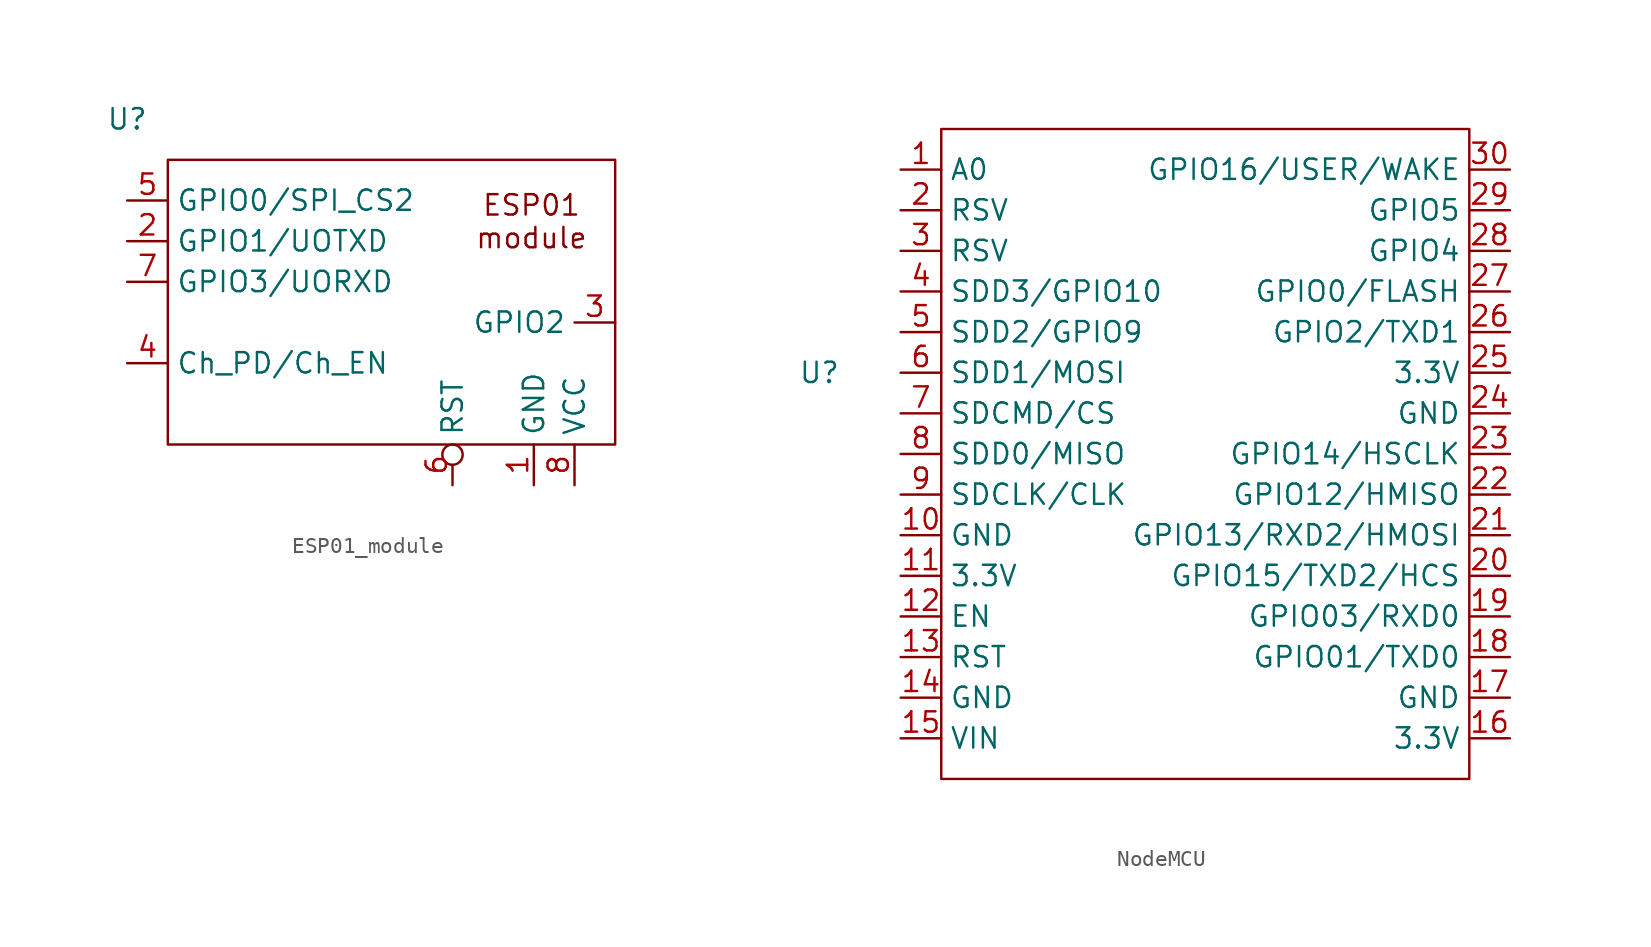
<source format=kicad_sym>
(kicad_symbol_lib
  (version 20220914)
  (generator kicad_symbol_editor)
  (symbol "ESP01_module"
    (property "Reference" "U"
      (at -2.54 2.54 0)
      (effects (font (size 1.27 1.27))))
    (property "Value" ""
      (at 0 0 0)
      (effects (font (size 1.27 1.27))))
    (symbol "ESP01_module_0_1"
      (rectangle (start 0 0) (end 27.94 -17.78) (stroke (width 0) (type default)) (fill (type none)))
      (text "ESP01\nmodule" (at 22.711 -3.857 0) (effects (font (size 1.27 1.27)))))
    (symbol "ESP01_module_1_1"
      (pin power_in line (at 22.86 -20.32 90) (length 2.54) (name "GND" (effects (font (size 1.27 1.27)))) (number "1" (effects (font (size 1.27 1.27)))))
      (pin bidirectional line (at -2.54 -5.08 0) (length 2.54) (name "GPIO1/UOTXD" (effects (font (size 1.27 1.27)))) (number "2" (effects (font (size 1.27 1.27)))))
      (pin bidirectional line (at 27.94 -10.16 180) (length 2.54) (name "GPIO2" (effects (font (size 1.27 1.27)))) (number "3" (effects (font (size 1.27 1.27)))))
      (pin input line (at -2.54 -12.7 0) (length 2.54) (name "Ch_PD/Ch_EN" (effects (font (size 1.27 1.27)))) (number "4" (effects (font (size 1.27 1.27)))))
      (pin bidirectional line (at -2.54 -2.54 0) (length 2.54) (name "GPIO0/SPI_CS2" (effects (font (size 1.27 1.27)))) (number "5" (effects (font (size 1.27 1.27)))))
      (pin input inverted (at 17.78 -20.32 90) (length 2.54) (name "RST" (effects (font (size 1.27 1.27)))) (number "6" (effects (font (size 1.27 1.27)))))
      (pin bidirectional line (at -2.54 -7.62 0) (length 2.54) (name "GPIO3/UORXD" (effects (font (size 1.27 1.27)))) (number "7" (effects (font (size 1.27 1.27)))))
      (pin power_in line (at 25.4 -20.32 90) (length 2.54) (name "VCC" (effects (font (size 1.27 1.27)))) (number "8" (effects (font (size 1.27 1.27)))))))
  (symbol "NodeMCU"
    (property "Reference" "U"
      (at -15.24 5.08 0)
      (effects (font (size 1.27 1.27))))
    (property "Value" ""
      (at -5.08 2.54 0)
      (effects (font (size 1.27 1.27))))
    (symbol "NodeMCU_0_1"
      (polyline (pts (xy -7.62 -20.32) (xy -7.62 -20.32) (xy 25.4 -20.32) (xy 25.4 20.32) (xy -7.62 20.32) (xy -7.62 -20.32)) (stroke (width 0) (type default)) (fill (type none))))
    (symbol "NodeMCU_1_1"
      (pin input line (at -10.16 17.78 0) (length 2.54) (name "A0" (effects (font (size 1.27 1.27)))) (number "1" (effects (font (size 1.27 1.27)))))
      (pin power_in line (at -10.16 -5.08 0) (length 2.54) (name "GND" (effects (font (size 1.27 1.27)))) (number "10" (effects (font (size 1.27 1.27)))) (alternate "POWER" input line))
      (pin power_in line (at -10.16 -7.62 0) (length 2.54) (name "3.3V" (effects (font (size 1.27 1.27)))) (number "11" (effects (font (size 1.27 1.27)))))
      (pin input line (at -10.16 -10.16 0) (length 2.54) (name "EN" (effects (font (size 1.27 1.27)))) (number "12" (effects (font (size 1.27 1.27)))))
      (pin input line (at -10.16 -12.7 0) (length 2.54) (name "RST" (effects (font (size 1.27 1.27)))) (number "13" (effects (font (size 1.27 1.27)))))
      (pin power_in line (at -10.16 -15.24 0) (length 2.54) (name "GND" (effects (font (size 1.27 1.27)))) (number "14" (effects (font (size 1.27 1.27)))))
      (pin power_in line (at -10.16 -17.78 0) (length 2.54) (name "VIN" (effects (font (size 1.27 1.27)))) (number "15" (effects (font (size 1.27 1.27)))))
      (pin power_in line (at 27.94 -17.78 180) (length 2.54) (name "3.3V" (effects (font (size 1.27 1.27)))) (number "16" (effects (font (size 1.27 1.27)))))
      (pin power_in line (at 27.94 -15.24 180) (length 2.54) (name "GND" (effects (font (size 1.27 1.27)))) (number "17" (effects (font (size 1.27 1.27)))))
      (pin bidirectional line (at 27.94 -12.7 180) (length 2.54) (name "GPIO01/TXD0" (effects (font (size 1.27 1.27)))) (number "18" (effects (font (size 1.27 1.27)))))
      (pin bidirectional line (at 27.94 -10.16 180) (length 2.54) (name "GPIO03/RXD0" (effects (font (size 1.27 1.27)))) (number "19" (effects (font (size 1.27 1.27)))))
      (pin input line (at -10.16 15.24 0) (length 2.54) (name "RSV" (effects (font (size 1.27 1.27)))) (number "2" (effects (font (size 1.27 1.27)))))
      (pin bidirectional line (at 27.94 -7.62 180) (length 2.54) (name "GPIO15/TXD2/HCS" (effects (font (size 1.27 1.27)))) (number "20" (effects (font (size 1.27 1.27)))))
      (pin bidirectional line (at 27.94 -5.08 180) (length 2.54) (name "GPIO13/RXD2/HMOSI" (effects (font (size 1.27 1.27)))) (number "21" (effects (font (size 1.27 1.27)))))
      (pin bidirectional line (at 27.94 -2.54 180) (length 2.54) (name "GPIO12/HMISO" (effects (font (size 1.27 1.27)))) (number "22" (effects (font (size 1.27 1.27)))))
      (pin bidirectional line (at 27.94 0 180) (length 2.54) (name "GPIO14/HSCLK" (effects (font (size 1.27 1.27)))) (number "23" (effects (font (size 1.27 1.27)))))
      (pin power_in line (at 27.94 2.54 180) (length 2.54) (name "GND" (effects (font (size 1.27 1.27)))) (number "24" (effects (font (size 1.27 1.27)))))
      (pin power_in line (at 27.94 5.08 180) (length 2.54) (name "3.3V" (effects (font (size 1.27 1.27)))) (number "25" (effects (font (size 1.27 1.27)))))
      (pin bidirectional line (at 27.94 7.62 180) (length 2.54) (name "GPIO2/TXD1" (effects (font (size 1.27 1.27)))) (number "26" (effects (font (size 1.27 1.27)))))
      (pin bidirectional line (at 27.94 10.16 180) (length 2.54) (name "GPIO0/FLASH" (effects (font (size 1.27 1.27)))) (number "27" (effects (font (size 1.27 1.27)))))
      (pin bidirectional line (at 27.94 12.7 180) (length 2.54) (name "GPIO4" (effects (font (size 1.27 1.27)))) (number "28" (effects (font (size 1.27 1.27)))))
      (pin bidirectional line (at 27.94 15.24 180) (length 2.54) (name "GPIO5" (effects (font (size 1.27 1.27)))) (number "29" (effects (font (size 1.27 1.27)))))
      (pin input line (at -10.16 12.7 0) (length 2.54) (name "RSV" (effects (font (size 1.27 1.27)))) (number "3" (effects (font (size 1.27 1.27)))))
      (pin bidirectional line (at 27.94 17.78 180) (length 2.54) (name "GPIO16/USER/WAKE" (effects (font (size 1.27 1.27)))) (number "30" (effects (font (size 1.27 1.27)))))
      (pin bidirectional line (at -10.16 10.16 0) (length 2.54) (name "SDD3/GPIO10" (effects (font (size 1.27 1.27)))) (number "4" (effects (font (size 1.27 1.27)))))
      (pin bidirectional line (at -10.16 7.62 0) (length 2.54) (name "SDD2/GPIO9" (effects (font (size 1.27 1.27)))) (number "5" (effects (font (size 1.27 1.27)))))
      (pin bidirectional line (at -10.16 5.08 0) (length 2.54) (name "SDD1/MOSI" (effects (font (size 1.27 1.27)))) (number "6" (effects (font (size 1.27 1.27)))))
      (pin bidirectional line (at -10.16 2.54 0) (length 2.54) (name "SDCMD/CS" (effects (font (size 1.27 1.27)))) (number "7" (effects (font (size 1.27 1.27)))))
      (pin bidirectional line (at -10.16 0 0) (length 2.54) (name "SDD0/MISO" (effects (font (size 1.27 1.27)))) (number "8" (effects (font (size 1.27 1.27)))))
      (pin bidirectional line (at -10.16 -2.54 0) (length 2.54) (name "SDCLK/CLK" (effects (font (size 1.27 1.27)))) (number "9" (effects (font (size 1.27 1.27))))))))
</source>
